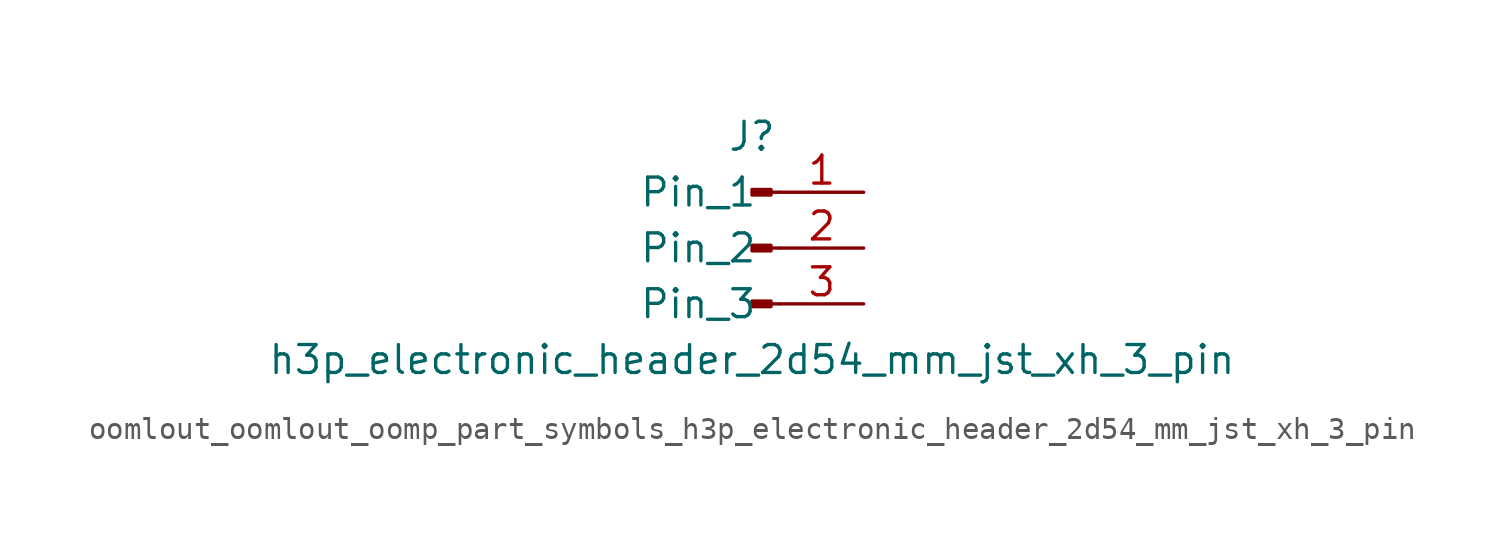
<source format=kicad_sym>
(kicad_symbol_lib
  (version 20220914)
  (generator kicad_symbol_editor)
  (symbol "oomlout_oomlout_oomp_part_symbols_h3p_electronic_header_2d54_mm_jst_xh_3_pin"
    (pin_names
      (offset 1.016))
    (property "Reference" "J"
      (at 0 5.08 0)
      (effects (font (size 1.27 1.27))))
    (property "Value" "h3p_electronic_header_2d54_mm_jst_xh_3_pin"
      (at 0 -5.08 0)
      (effects (font (size 1.27 1.27))))
    (property "ki_locked" ""
      (at 0 0 0)
      (effects (font (size 1.27 1.27))))
    (symbol "oomlout_oomlout_oomp_part_symbols_h3p_electronic_header_2d54_mm_jst_xh_3_pin_1_1"
      (polyline (pts (xy 1.27 -2.54) (xy 0.864 -2.54)) (stroke (width 0.152) (type default)) (fill (type none)))
      (polyline (pts (xy 1.27 0) (xy 0.864 0)) (stroke (width 0.152) (type default)) (fill (type none)))
      (polyline (pts (xy 1.27 2.54) (xy 0.864 2.54)) (stroke (width 0.152) (type default)) (fill (type none)))
      (rectangle (start 0.864 -2.413) (end 0 -2.667) (stroke (width 0.152) (type default)) (fill (type outline)))
      (rectangle (start 0.864 0.127) (end 0 -0.127) (stroke (width 0.152) (type default)) (fill (type outline)))
      (rectangle (start 0.864 2.667) (end 0 2.413) (stroke (width 0.152) (type default)) (fill (type outline)))
      (pin passive line (at 5.08 2.54 180) (length 3.81) (name "Pin_1" (effects (font (size 1.27 1.27)))) (number "1" (effects (font (size 1.27 1.27)))))
      (pin passive line (at 5.08 0 180) (length 3.81) (name "Pin_2" (effects (font (size 1.27 1.27)))) (number "2" (effects (font (size 1.27 1.27)))))
      (pin passive line (at 5.08 -2.54 180) (length 3.81) (name "Pin_3" (effects (font (size 1.27 1.27)))) (number "3" (effects (font (size 1.27 1.27))))))))
</source>
